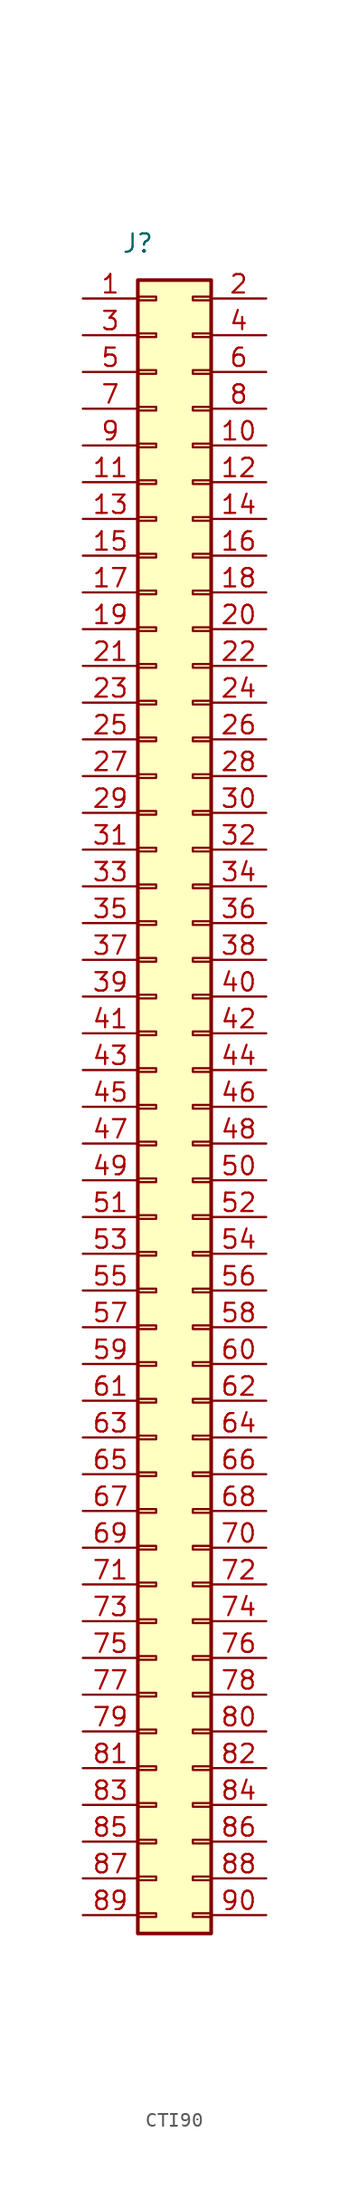
<source format=kicad_sym>
(kicad_symbol_lib
  (version 20231120)
  (generator "kicad_symbol_editor")
  (generator_version "8.0")
  (symbol "CTI90"
    (pin_names hide)
    (property "Reference" "J"
      (at 0 0 0)
      (effects (font (size 1.27 1.27))))
    (property "Value" ""
      (at 0 0 0)
      (effects (font (size 1.27 1.27))))
    (symbol "CTI90_1_1"
      (rectangle (start 0 -115.443) (end 1.27 -115.697) (stroke (width 0.152) (type default)) (fill (type none)))
      (rectangle (start 0 -112.903) (end 1.27 -113.157) (stroke (width 0.152) (type default)) (fill (type none)))
      (rectangle (start 0 -110.363) (end 1.27 -110.617) (stroke (width 0.152) (type default)) (fill (type none)))
      (rectangle (start 0 -107.823) (end 1.27 -108.077) (stroke (width 0.152) (type default)) (fill (type none)))
      (rectangle (start 0 -105.283) (end 1.27 -105.537) (stroke (width 0.152) (type default)) (fill (type none)))
      (rectangle (start 0 -102.743) (end 1.27 -102.997) (stroke (width 0.152) (type default)) (fill (type none)))
      (rectangle (start 0 -100.203) (end 1.27 -100.457) (stroke (width 0.152) (type default)) (fill (type none)))
      (rectangle (start 0 -97.663) (end 1.27 -97.917) (stroke (width 0.152) (type default)) (fill (type none)))
      (rectangle (start 0 -95.123) (end 1.27 -95.377) (stroke (width 0.152) (type default)) (fill (type none)))
      (rectangle (start 0 -92.583) (end 1.27 -92.837) (stroke (width 0.152) (type default)) (fill (type none)))
      (rectangle (start 0 -90.043) (end 1.27 -90.297) (stroke (width 0.152) (type default)) (fill (type none)))
      (rectangle (start 0 -87.503) (end 1.27 -87.757) (stroke (width 0.152) (type default)) (fill (type none)))
      (rectangle (start 0 -84.963) (end 1.27 -85.217) (stroke (width 0.152) (type default)) (fill (type none)))
      (rectangle (start 0 -82.423) (end 1.27 -82.677) (stroke (width 0.152) (type default)) (fill (type none)))
      (rectangle (start 0 -79.883) (end 1.27 -80.137) (stroke (width 0.152) (type default)) (fill (type none)))
      (rectangle (start 0 -77.343) (end 1.27 -77.597) (stroke (width 0.152) (type default)) (fill (type none)))
      (rectangle (start 0 -74.803) (end 1.27 -75.057) (stroke (width 0.152) (type default)) (fill (type none)))
      (rectangle (start 0 -72.263) (end 1.27 -72.517) (stroke (width 0.152) (type default)) (fill (type none)))
      (rectangle (start 0 -69.723) (end 1.27 -69.977) (stroke (width 0.152) (type default)) (fill (type none)))
      (rectangle (start 0 -67.183) (end 1.27 -67.437) (stroke (width 0.152) (type default)) (fill (type none)))
      (rectangle (start 0 -64.643) (end 1.27 -64.897) (stroke (width 0.152) (type default)) (fill (type none)))
      (rectangle (start 0 -62.103) (end 1.27 -62.357) (stroke (width 0.152) (type default)) (fill (type none)))
      (rectangle (start 0 -59.563) (end 1.27 -59.817) (stroke (width 0.152) (type default)) (fill (type none)))
      (rectangle (start 0 -57.023) (end 1.27 -57.277) (stroke (width 0.152) (type default)) (fill (type none)))
      (rectangle (start 0 -54.483) (end 1.27 -54.737) (stroke (width 0.152) (type default)) (fill (type none)))
      (rectangle (start 0 -51.943) (end 1.27 -52.197) (stroke (width 0.152) (type default)) (fill (type none)))
      (rectangle (start 0 -49.403) (end 1.27 -49.657) (stroke (width 0.152) (type default)) (fill (type none)))
      (rectangle (start 0 -46.863) (end 1.27 -47.117) (stroke (width 0.152) (type default)) (fill (type none)))
      (rectangle (start 0 -44.323) (end 1.27 -44.577) (stroke (width 0.152) (type default)) (fill (type none)))
      (rectangle (start 0 -41.783) (end 1.27 -42.037) (stroke (width 0.152) (type default)) (fill (type none)))
      (rectangle (start 0 -39.243) (end 1.27 -39.497) (stroke (width 0.152) (type default)) (fill (type none)))
      (rectangle (start 0 -36.703) (end 1.27 -36.957) (stroke (width 0.152) (type default)) (fill (type none)))
      (rectangle (start 0 -34.163) (end 1.27 -34.417) (stroke (width 0.152) (type default)) (fill (type none)))
      (rectangle (start 0 -31.623) (end 1.27 -31.877) (stroke (width 0.152) (type default)) (fill (type none)))
      (rectangle (start 0 -29.083) (end 1.27 -29.337) (stroke (width 0.152) (type default)) (fill (type none)))
      (rectangle (start 0 -26.543) (end 1.27 -26.797) (stroke (width 0.152) (type default)) (fill (type none)))
      (rectangle (start 0 -24.003) (end 1.27 -24.257) (stroke (width 0.152) (type default)) (fill (type none)))
      (rectangle (start 0 -21.463) (end 1.27 -21.717) (stroke (width 0.152) (type default)) (fill (type none)))
      (rectangle (start 0 -18.923) (end 1.27 -19.177) (stroke (width 0.152) (type default)) (fill (type none)))
      (rectangle (start 0 -16.383) (end 1.27 -16.637) (stroke (width 0.152) (type default)) (fill (type none)))
      (rectangle (start 0 -13.843) (end 1.27 -14.097) (stroke (width 0.152) (type default)) (fill (type none)))
      (rectangle (start 0 -11.303) (end 1.27 -11.557) (stroke (width 0.152) (type default)) (fill (type none)))
      (rectangle (start 0 -8.763) (end 1.27 -9.017) (stroke (width 0.152) (type default)) (fill (type none)))
      (rectangle (start 0 -6.223) (end 1.27 -6.477) (stroke (width 0.152) (type default)) (fill (type none)))
      (rectangle (start 0 -3.683) (end 1.27 -3.937) (stroke (width 0.152) (type default)) (fill (type none)))
      (rectangle (start 0 -2.54) (end 5.08 -116.84) (stroke (width 0.254) (type default)) (fill (type background)))
      (rectangle (start 5.08 -115.443) (end 3.81 -115.697) (stroke (width 0.152) (type default)) (fill (type none)))
      (rectangle (start 5.08 -112.903) (end 3.81 -113.157) (stroke (width 0.152) (type default)) (fill (type none)))
      (rectangle (start 5.08 -110.363) (end 3.81 -110.617) (stroke (width 0.152) (type default)) (fill (type none)))
      (rectangle (start 5.08 -107.823) (end 3.81 -108.077) (stroke (width 0.152) (type default)) (fill (type none)))
      (rectangle (start 5.08 -105.283) (end 3.81 -105.537) (stroke (width 0.152) (type default)) (fill (type none)))
      (rectangle (start 5.08 -102.743) (end 3.81 -102.997) (stroke (width 0.152) (type default)) (fill (type none)))
      (rectangle (start 5.08 -100.203) (end 3.81 -100.457) (stroke (width 0.152) (type default)) (fill (type none)))
      (rectangle (start 5.08 -97.663) (end 3.81 -97.917) (stroke (width 0.152) (type default)) (fill (type none)))
      (rectangle (start 5.08 -95.123) (end 3.81 -95.377) (stroke (width 0.152) (type default)) (fill (type none)))
      (rectangle (start 5.08 -92.583) (end 3.81 -92.837) (stroke (width 0.152) (type default)) (fill (type none)))
      (rectangle (start 5.08 -90.043) (end 3.81 -90.297) (stroke (width 0.152) (type default)) (fill (type none)))
      (rectangle (start 5.08 -87.503) (end 3.81 -87.757) (stroke (width 0.152) (type default)) (fill (type none)))
      (rectangle (start 5.08 -84.963) (end 3.81 -85.217) (stroke (width 0.152) (type default)) (fill (type none)))
      (rectangle (start 5.08 -82.423) (end 3.81 -82.677) (stroke (width 0.152) (type default)) (fill (type none)))
      (rectangle (start 5.08 -79.883) (end 3.81 -80.137) (stroke (width 0.152) (type default)) (fill (type none)))
      (rectangle (start 5.08 -77.343) (end 3.81 -77.597) (stroke (width 0.152) (type default)) (fill (type none)))
      (rectangle (start 5.08 -74.803) (end 3.81 -75.057) (stroke (width 0.152) (type default)) (fill (type none)))
      (rectangle (start 5.08 -72.263) (end 3.81 -72.517) (stroke (width 0.152) (type default)) (fill (type none)))
      (rectangle (start 5.08 -69.723) (end 3.81 -69.977) (stroke (width 0.152) (type default)) (fill (type none)))
      (rectangle (start 5.08 -67.183) (end 3.81 -67.437) (stroke (width 0.152) (type default)) (fill (type none)))
      (rectangle (start 5.08 -64.643) (end 3.81 -64.897) (stroke (width 0.152) (type default)) (fill (type none)))
      (rectangle (start 5.08 -62.103) (end 3.81 -62.357) (stroke (width 0.152) (type default)) (fill (type none)))
      (rectangle (start 5.08 -59.563) (end 3.81 -59.817) (stroke (width 0.152) (type default)) (fill (type none)))
      (rectangle (start 5.08 -57.023) (end 3.81 -57.277) (stroke (width 0.152) (type default)) (fill (type none)))
      (rectangle (start 5.08 -54.483) (end 3.81 -54.737) (stroke (width 0.152) (type default)) (fill (type none)))
      (rectangle (start 5.08 -51.943) (end 3.81 -52.197) (stroke (width 0.152) (type default)) (fill (type none)))
      (rectangle (start 5.08 -49.403) (end 3.81 -49.657) (stroke (width 0.152) (type default)) (fill (type none)))
      (rectangle (start 5.08 -46.863) (end 3.81 -47.117) (stroke (width 0.152) (type default)) (fill (type none)))
      (rectangle (start 5.08 -44.323) (end 3.81 -44.577) (stroke (width 0.152) (type default)) (fill (type none)))
      (rectangle (start 5.08 -41.783) (end 3.81 -42.037) (stroke (width 0.152) (type default)) (fill (type none)))
      (rectangle (start 5.08 -39.243) (end 3.81 -39.497) (stroke (width 0.152) (type default)) (fill (type none)))
      (rectangle (start 5.08 -36.703) (end 3.81 -36.957) (stroke (width 0.152) (type default)) (fill (type none)))
      (rectangle (start 5.08 -34.163) (end 3.81 -34.417) (stroke (width 0.152) (type default)) (fill (type none)))
      (rectangle (start 5.08 -31.623) (end 3.81 -31.877) (stroke (width 0.152) (type default)) (fill (type none)))
      (rectangle (start 5.08 -29.083) (end 3.81 -29.337) (stroke (width 0.152) (type default)) (fill (type none)))
      (rectangle (start 5.08 -26.543) (end 3.81 -26.797) (stroke (width 0.152) (type default)) (fill (type none)))
      (rectangle (start 5.08 -24.003) (end 3.81 -24.257) (stroke (width 0.152) (type default)) (fill (type none)))
      (rectangle (start 5.08 -21.463) (end 3.81 -21.717) (stroke (width 0.152) (type default)) (fill (type none)))
      (rectangle (start 5.08 -18.923) (end 3.81 -19.177) (stroke (width 0.152) (type default)) (fill (type none)))
      (rectangle (start 5.08 -16.383) (end 3.81 -16.637) (stroke (width 0.152) (type default)) (fill (type none)))
      (rectangle (start 5.08 -13.843) (end 3.81 -14.097) (stroke (width 0.152) (type default)) (fill (type none)))
      (rectangle (start 5.08 -11.303) (end 3.81 -11.557) (stroke (width 0.152) (type default)) (fill (type none)))
      (rectangle (start 5.08 -8.763) (end 3.81 -9.017) (stroke (width 0.152) (type default)) (fill (type none)))
      (rectangle (start 5.08 -6.223) (end 3.81 -6.477) (stroke (width 0.152) (type default)) (fill (type none)))
      (rectangle (start 5.08 -3.683) (end 3.81 -3.937) (stroke (width 0.152) (type default)) (fill (type none)))
      (pin passive line (at -3.81 -3.81 0) (length 3.81) (name "Pin_1" (effects (font (size 1.27 1.27)))) (number "1" (effects (font (size 1.27 1.27)))))
      (pin passive line (at 8.89 -13.97 180) (length 3.81) (name "Pin_10" (effects (font (size 1.27 1.27)))) (number "10" (effects (font (size 1.27 1.27)))))
      (pin passive line (at -3.81 -16.51 0) (length 3.81) (name "Pin_11" (effects (font (size 1.27 1.27)))) (number "11" (effects (font (size 1.27 1.27)))))
      (pin passive line (at 8.89 -16.51 180) (length 3.81) (name "Pin_12" (effects (font (size 1.27 1.27)))) (number "12" (effects (font (size 1.27 1.27)))))
      (pin passive line (at -3.81 -19.05 0) (length 3.81) (name "Pin_13" (effects (font (size 1.27 1.27)))) (number "13" (effects (font (size 1.27 1.27)))))
      (pin passive line (at 8.89 -19.05 180) (length 3.81) (name "Pin_14" (effects (font (size 1.27 1.27)))) (number "14" (effects (font (size 1.27 1.27)))))
      (pin passive line (at -3.81 -21.59 0) (length 3.81) (name "Pin_15" (effects (font (size 1.27 1.27)))) (number "15" (effects (font (size 1.27 1.27)))))
      (pin passive line (at 8.89 -21.59 180) (length 3.81) (name "Pin_16" (effects (font (size 1.27 1.27)))) (number "16" (effects (font (size 1.27 1.27)))))
      (pin passive line (at -3.81 -24.13 0) (length 3.81) (name "Pin_17" (effects (font (size 1.27 1.27)))) (number "17" (effects (font (size 1.27 1.27)))))
      (pin passive line (at 8.89 -24.13 180) (length 3.81) (name "Pin_18" (effects (font (size 1.27 1.27)))) (number "18" (effects (font (size 1.27 1.27)))))
      (pin passive line (at -3.81 -26.67 0) (length 3.81) (name "Pin_19" (effects (font (size 1.27 1.27)))) (number "19" (effects (font (size 1.27 1.27)))))
      (pin passive line (at 8.89 -3.81 180) (length 3.81) (name "Pin_2" (effects (font (size 1.27 1.27)))) (number "2" (effects (font (size 1.27 1.27)))))
      (pin passive line (at 8.89 -26.67 180) (length 3.81) (name "Pin_20" (effects (font (size 1.27 1.27)))) (number "20" (effects (font (size 1.27 1.27)))))
      (pin passive line (at -3.81 -29.21 0) (length 3.81) (name "Pin_21" (effects (font (size 1.27 1.27)))) (number "21" (effects (font (size 1.27 1.27)))))
      (pin passive line (at 8.89 -29.21 180) (length 3.81) (name "Pin_22" (effects (font (size 1.27 1.27)))) (number "22" (effects (font (size 1.27 1.27)))))
      (pin passive line (at -3.81 -31.75 0) (length 3.81) (name "Pin_23" (effects (font (size 1.27 1.27)))) (number "23" (effects (font (size 1.27 1.27)))))
      (pin passive line (at 8.89 -31.75 180) (length 3.81) (name "Pin_24" (effects (font (size 1.27 1.27)))) (number "24" (effects (font (size 1.27 1.27)))))
      (pin passive line (at -3.81 -34.29 0) (length 3.81) (name "Pin_25" (effects (font (size 1.27 1.27)))) (number "25" (effects (font (size 1.27 1.27)))))
      (pin passive line (at 8.89 -34.29 180) (length 3.81) (name "Pin_26" (effects (font (size 1.27 1.27)))) (number "26" (effects (font (size 1.27 1.27)))))
      (pin passive line (at -3.81 -36.83 0) (length 3.81) (name "Pin_27" (effects (font (size 1.27 1.27)))) (number "27" (effects (font (size 1.27 1.27)))))
      (pin passive line (at 8.89 -36.83 180) (length 3.81) (name "Pin_28" (effects (font (size 1.27 1.27)))) (number "28" (effects (font (size 1.27 1.27)))))
      (pin passive line (at -3.81 -39.37 0) (length 3.81) (name "Pin_29" (effects (font (size 1.27 1.27)))) (number "29" (effects (font (size 1.27 1.27)))))
      (pin passive line (at -3.81 -6.35 0) (length 3.81) (name "Pin_3" (effects (font (size 1.27 1.27)))) (number "3" (effects (font (size 1.27 1.27)))))
      (pin passive line (at 8.89 -39.37 180) (length 3.81) (name "Pin_30" (effects (font (size 1.27 1.27)))) (number "30" (effects (font (size 1.27 1.27)))))
      (pin passive line (at -3.81 -41.91 0) (length 3.81) (name "Pin_31" (effects (font (size 1.27 1.27)))) (number "31" (effects (font (size 1.27 1.27)))))
      (pin passive line (at 8.89 -41.91 180) (length 3.81) (name "Pin_32" (effects (font (size 1.27 1.27)))) (number "32" (effects (font (size 1.27 1.27)))))
      (pin passive line (at -3.81 -44.45 0) (length 3.81) (name "Pin_33" (effects (font (size 1.27 1.27)))) (number "33" (effects (font (size 1.27 1.27)))))
      (pin passive line (at 8.89 -44.45 180) (length 3.81) (name "Pin_34" (effects (font (size 1.27 1.27)))) (number "34" (effects (font (size 1.27 1.27)))))
      (pin passive line (at -3.81 -46.99 0) (length 3.81) (name "Pin_35" (effects (font (size 1.27 1.27)))) (number "35" (effects (font (size 1.27 1.27)))))
      (pin passive line (at 8.89 -46.99 180) (length 3.81) (name "Pin_36" (effects (font (size 1.27 1.27)))) (number "36" (effects (font (size 1.27 1.27)))))
      (pin passive line (at -3.81 -49.53 0) (length 3.81) (name "Pin_37" (effects (font (size 1.27 1.27)))) (number "37" (effects (font (size 1.27 1.27)))))
      (pin passive line (at 8.89 -49.53 180) (length 3.81) (name "Pin_38" (effects (font (size 1.27 1.27)))) (number "38" (effects (font (size 1.27 1.27)))))
      (pin passive line (at -3.81 -52.07 0) (length 3.81) (name "Pin_39" (effects (font (size 1.27 1.27)))) (number "39" (effects (font (size 1.27 1.27)))))
      (pin passive line (at 8.89 -6.35 180) (length 3.81) (name "Pin_4" (effects (font (size 1.27 1.27)))) (number "4" (effects (font (size 1.27 1.27)))))
      (pin passive line (at 8.89 -52.07 180) (length 3.81) (name "Pin_40" (effects (font (size 1.27 1.27)))) (number "40" (effects (font (size 1.27 1.27)))))
      (pin passive line (at -3.81 -54.61 0) (length 3.81) (name "Pin_41" (effects (font (size 1.27 1.27)))) (number "41" (effects (font (size 1.27 1.27)))))
      (pin passive line (at 8.89 -54.61 180) (length 3.81) (name "Pin_42" (effects (font (size 1.27 1.27)))) (number "42" (effects (font (size 1.27 1.27)))))
      (pin passive line (at -3.81 -57.15 0) (length 3.81) (name "Pin_43" (effects (font (size 1.27 1.27)))) (number "43" (effects (font (size 1.27 1.27)))))
      (pin passive line (at 8.89 -57.15 180) (length 3.81) (name "Pin_44" (effects (font (size 1.27 1.27)))) (number "44" (effects (font (size 1.27 1.27)))))
      (pin passive line (at -3.81 -59.69 0) (length 3.81) (name "Pin_45" (effects (font (size 1.27 1.27)))) (number "45" (effects (font (size 1.27 1.27)))))
      (pin passive line (at 8.89 -59.69 180) (length 3.81) (name "Pin_46" (effects (font (size 1.27 1.27)))) (number "46" (effects (font (size 1.27 1.27)))))
      (pin passive line (at -3.81 -62.23 0) (length 3.81) (name "Pin_47" (effects (font (size 1.27 1.27)))) (number "47" (effects (font (size 1.27 1.27)))))
      (pin passive line (at 8.89 -62.23 180) (length 3.81) (name "Pin_48" (effects (font (size 1.27 1.27)))) (number "48" (effects (font (size 1.27 1.27)))))
      (pin passive line (at -3.81 -64.77 0) (length 3.81) (name "Pin_49" (effects (font (size 1.27 1.27)))) (number "49" (effects (font (size 1.27 1.27)))))
      (pin passive line (at -3.81 -8.89 0) (length 3.81) (name "Pin_5" (effects (font (size 1.27 1.27)))) (number "5" (effects (font (size 1.27 1.27)))))
      (pin passive line (at 8.89 -64.77 180) (length 3.81) (name "Pin_50" (effects (font (size 1.27 1.27)))) (number "50" (effects (font (size 1.27 1.27)))))
      (pin passive line (at -3.81 -67.31 0) (length 3.81) (name "Pin_51" (effects (font (size 1.27 1.27)))) (number "51" (effects (font (size 1.27 1.27)))))
      (pin passive line (at 8.89 -67.31 180) (length 3.81) (name "Pin_52" (effects (font (size 1.27 1.27)))) (number "52" (effects (font (size 1.27 1.27)))))
      (pin passive line (at -3.81 -69.85 0) (length 3.81) (name "Pin_53" (effects (font (size 1.27 1.27)))) (number "53" (effects (font (size 1.27 1.27)))))
      (pin passive line (at 8.89 -69.85 180) (length 3.81) (name "Pin_54" (effects (font (size 1.27 1.27)))) (number "54" (effects (font (size 1.27 1.27)))))
      (pin passive line (at -3.81 -72.39 0) (length 3.81) (name "Pin_55" (effects (font (size 1.27 1.27)))) (number "55" (effects (font (size 1.27 1.27)))))
      (pin passive line (at 8.89 -72.39 180) (length 3.81) (name "Pin_56" (effects (font (size 1.27 1.27)))) (number "56" (effects (font (size 1.27 1.27)))))
      (pin passive line (at -3.81 -74.93 0) (length 3.81) (name "Pin_57" (effects (font (size 1.27 1.27)))) (number "57" (effects (font (size 1.27 1.27)))))
      (pin passive line (at 8.89 -74.93 180) (length 3.81) (name "Pin_58" (effects (font (size 1.27 1.27)))) (number "58" (effects (font (size 1.27 1.27)))))
      (pin passive line (at -3.81 -77.47 0) (length 3.81) (name "Pin_59" (effects (font (size 1.27 1.27)))) (number "59" (effects (font (size 1.27 1.27)))))
      (pin passive line (at 8.89 -8.89 180) (length 3.81) (name "Pin_6" (effects (font (size 1.27 1.27)))) (number "6" (effects (font (size 1.27 1.27)))))
      (pin passive line (at 8.89 -77.47 180) (length 3.81) (name "Pin_60" (effects (font (size 1.27 1.27)))) (number "60" (effects (font (size 1.27 1.27)))))
      (pin passive line (at -3.81 -80.01 0) (length 3.81) (name "Pin_61" (effects (font (size 1.27 1.27)))) (number "61" (effects (font (size 1.27 1.27)))))
      (pin passive line (at 8.89 -80.01 180) (length 3.81) (name "Pin_62" (effects (font (size 1.27 1.27)))) (number "62" (effects (font (size 1.27 1.27)))))
      (pin passive line (at -3.81 -82.55 0) (length 3.81) (name "Pin_63" (effects (font (size 1.27 1.27)))) (number "63" (effects (font (size 1.27 1.27)))))
      (pin passive line (at 8.89 -82.55 180) (length 3.81) (name "Pin_64" (effects (font (size 1.27 1.27)))) (number "64" (effects (font (size 1.27 1.27)))))
      (pin passive line (at -3.81 -85.09 0) (length 3.81) (name "Pin_65" (effects (font (size 1.27 1.27)))) (number "65" (effects (font (size 1.27 1.27)))))
      (pin passive line (at 8.89 -85.09 180) (length 3.81) (name "Pin_66" (effects (font (size 1.27 1.27)))) (number "66" (effects (font (size 1.27 1.27)))))
      (pin passive line (at -3.81 -87.63 0) (length 3.81) (name "Pin_67" (effects (font (size 1.27 1.27)))) (number "67" (effects (font (size 1.27 1.27)))))
      (pin passive line (at 8.89 -87.63 180) (length 3.81) (name "Pin_68" (effects (font (size 1.27 1.27)))) (number "68" (effects (font (size 1.27 1.27)))))
      (pin passive line (at -3.81 -90.17 0) (length 3.81) (name "Pin_69" (effects (font (size 1.27 1.27)))) (number "69" (effects (font (size 1.27 1.27)))))
      (pin passive line (at -3.81 -11.43 0) (length 3.81) (name "Pin_7" (effects (font (size 1.27 1.27)))) (number "7" (effects (font (size 1.27 1.27)))))
      (pin passive line (at 8.89 -90.17 180) (length 3.81) (name "Pin_70" (effects (font (size 1.27 1.27)))) (number "70" (effects (font (size 1.27 1.27)))))
      (pin passive line (at -3.81 -92.71 0) (length 3.81) (name "Pin_71" (effects (font (size 1.27 1.27)))) (number "71" (effects (font (size 1.27 1.27)))))
      (pin passive line (at 8.89 -92.71 180) (length 3.81) (name "Pin_72" (effects (font (size 1.27 1.27)))) (number "72" (effects (font (size 1.27 1.27)))))
      (pin passive line (at -3.81 -95.25 0) (length 3.81) (name "Pin_73" (effects (font (size 1.27 1.27)))) (number "73" (effects (font (size 1.27 1.27)))))
      (pin passive line (at 8.89 -95.25 180) (length 3.81) (name "Pin_74" (effects (font (size 1.27 1.27)))) (number "74" (effects (font (size 1.27 1.27)))))
      (pin passive line (at -3.81 -97.79 0) (length 3.81) (name "Pin_75" (effects (font (size 1.27 1.27)))) (number "75" (effects (font (size 1.27 1.27)))))
      (pin passive line (at 8.89 -97.79 180) (length 3.81) (name "Pin_76" (effects (font (size 1.27 1.27)))) (number "76" (effects (font (size 1.27 1.27)))))
      (pin passive line (at -3.81 -100.33 0) (length 3.81) (name "Pin_77" (effects (font (size 1.27 1.27)))) (number "77" (effects (font (size 1.27 1.27)))))
      (pin passive line (at 8.89 -100.33 180) (length 3.81) (name "Pin_78" (effects (font (size 1.27 1.27)))) (number "78" (effects (font (size 1.27 1.27)))))
      (pin passive line (at -3.81 -102.87 0) (length 3.81) (name "Pin_79" (effects (font (size 1.27 1.27)))) (number "79" (effects (font (size 1.27 1.27)))))
      (pin passive line (at 8.89 -11.43 180) (length 3.81) (name "Pin_8" (effects (font (size 1.27 1.27)))) (number "8" (effects (font (size 1.27 1.27)))))
      (pin passive line (at 8.89 -102.87 180) (length 3.81) (name "Pin_80" (effects (font (size 1.27 1.27)))) (number "80" (effects (font (size 1.27 1.27)))))
      (pin passive line (at -3.81 -105.41 0) (length 3.81) (name "Pin_81" (effects (font (size 1.27 1.27)))) (number "81" (effects (font (size 1.27 1.27)))))
      (pin passive line (at 8.89 -105.41 180) (length 3.81) (name "Pin_82" (effects (font (size 1.27 1.27)))) (number "82" (effects (font (size 1.27 1.27)))))
      (pin passive line (at -3.81 -107.95 0) (length 3.81) (name "Pin_83" (effects (font (size 1.27 1.27)))) (number "83" (effects (font (size 1.27 1.27)))))
      (pin passive line (at 8.89 -107.95 180) (length 3.81) (name "Pin_84" (effects (font (size 1.27 1.27)))) (number "84" (effects (font (size 1.27 1.27)))))
      (pin passive line (at -3.81 -110.49 0) (length 3.81) (name "Pin_85" (effects (font (size 1.27 1.27)))) (number "85" (effects (font (size 1.27 1.27)))))
      (pin passive line (at 8.89 -110.49 180) (length 3.81) (name "Pin_86" (effects (font (size 1.27 1.27)))) (number "86" (effects (font (size 1.27 1.27)))))
      (pin passive line (at -3.81 -113.03 0) (length 3.81) (name "Pin_87" (effects (font (size 1.27 1.27)))) (number "87" (effects (font (size 1.27 1.27)))))
      (pin passive line (at 8.89 -113.03 180) (length 3.81) (name "Pin_88" (effects (font (size 1.27 1.27)))) (number "88" (effects (font (size 1.27 1.27)))))
      (pin passive line (at -3.81 -115.57 0) (length 3.81) (name "Pin_89" (effects (font (size 1.27 1.27)))) (number "89" (effects (font (size 1.27 1.27)))))
      (pin passive line (at -3.81 -13.97 0) (length 3.81) (name "Pin_9" (effects (font (size 1.27 1.27)))) (number "9" (effects (font (size 1.27 1.27)))))
      (pin passive line (at 8.89 -115.57 180) (length 3.81) (name "Pin_90" (effects (font (size 1.27 1.27)))) (number "90" (effects (font (size 1.27 1.27))))))))
</source>
